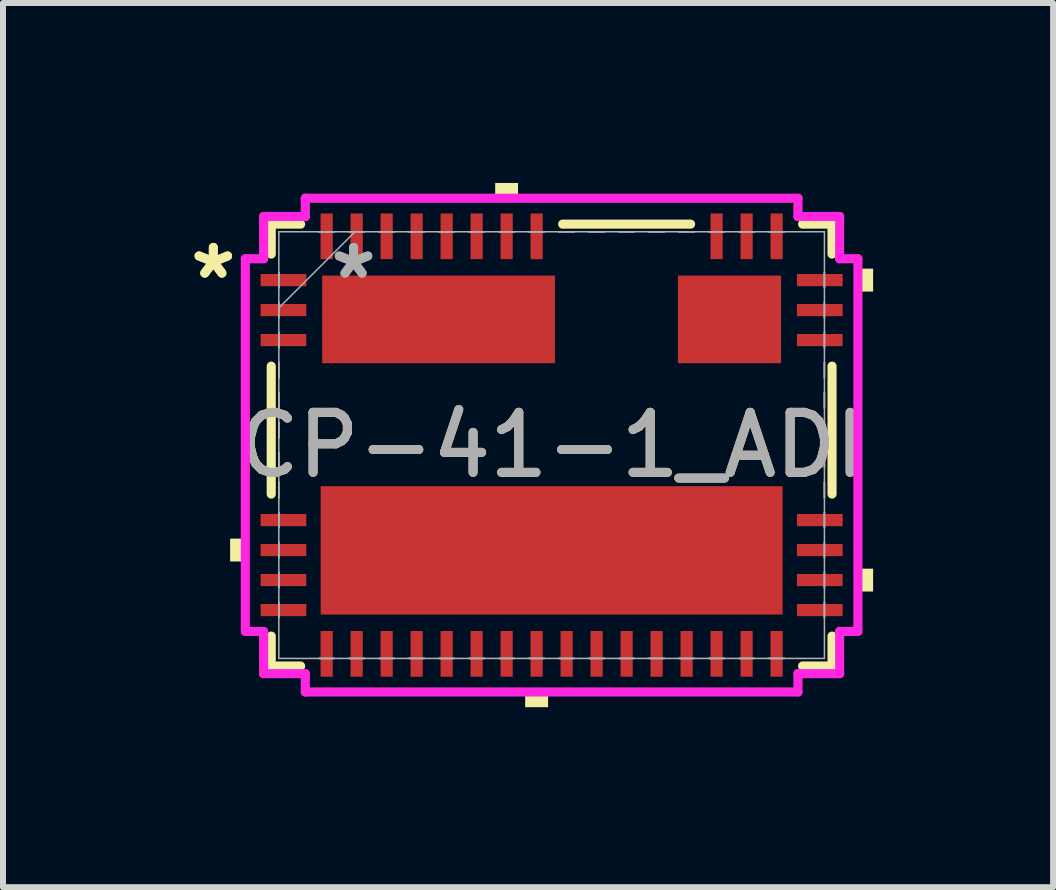
<source format=kicad_pcb>
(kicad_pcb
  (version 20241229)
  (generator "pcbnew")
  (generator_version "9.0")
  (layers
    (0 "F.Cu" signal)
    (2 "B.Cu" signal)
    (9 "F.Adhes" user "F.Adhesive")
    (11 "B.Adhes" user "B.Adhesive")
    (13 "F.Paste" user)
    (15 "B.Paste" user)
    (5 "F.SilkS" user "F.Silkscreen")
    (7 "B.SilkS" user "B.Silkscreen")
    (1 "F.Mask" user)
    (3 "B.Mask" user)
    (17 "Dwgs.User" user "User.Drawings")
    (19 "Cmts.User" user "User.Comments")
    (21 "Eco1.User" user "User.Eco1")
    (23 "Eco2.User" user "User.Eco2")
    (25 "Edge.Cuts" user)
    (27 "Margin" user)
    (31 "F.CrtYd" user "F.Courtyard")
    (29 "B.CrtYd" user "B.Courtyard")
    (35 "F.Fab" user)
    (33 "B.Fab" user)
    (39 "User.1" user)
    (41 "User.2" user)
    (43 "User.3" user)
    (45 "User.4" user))
  (footprint "CP-41-1_ADI"
    (layer "F.Cu")
    (at 6.145 4.369)
    (property "Reference" "CP-41-1_ADI" (at 0 0 0) (unlocked yes) (layer "F.SilkS") (effects (font (size 1 1) (thickness 0.15))))
    (attr smd)
    (fp_line (start -4.674 -3.683) (end -4.674 -3.184) (stroke (width 0.152) (type solid)) (layer "F.SilkS"))
    (fp_line (start -4.674 -1.316) (end -4.674 0.816) (stroke (width 0.152) (type solid)) (layer "F.SilkS"))
    (fp_line (start -4.674 3.184) (end -4.674 3.683) (stroke (width 0.152) (type solid)) (layer "F.SilkS"))
    (fp_line (start -4.674 3.683) (end -4.184 3.683) (stroke (width 0.152) (type solid)) (layer "F.SilkS"))
    (fp_line (start -4.184 -3.683) (end -4.674 -3.683) (stroke (width 0.152) (type solid)) (layer "F.SilkS"))
    (fp_line (start 2.316 -3.683) (end 0.184 -3.683) (stroke (width 0.152) (type solid)) (layer "F.SilkS"))
    (fp_line (start 4.184 3.683) (end 4.674 3.683) (stroke (width 0.152) (type solid)) (layer "F.SilkS"))
    (fp_line (start 4.674 -3.683) (end 4.184 -3.683) (stroke (width 0.152) (type solid)) (layer "F.SilkS"))
    (fp_line (start 4.674 -3.184) (end 4.674 -3.683) (stroke (width 0.152) (type solid)) (layer "F.SilkS"))
    (fp_line (start 4.674 0.816) (end 4.674 -1.316) (stroke (width 0.152) (type solid)) (layer "F.SilkS"))
    (fp_line (start 4.674 3.683) (end 4.674 3.184) (stroke (width 0.152) (type solid)) (layer "F.SilkS"))
    (fp_poly (pts (xy -5.359 1.559) (xy -5.359 1.94) (xy -5.105 1.94) (xy -5.105 1.559)) (stroke (width 0) (type solid)) (fill yes) (layer "F.SilkS"))
    (fp_poly (pts (xy -0.941 -4.115) (xy -0.941 -4.369) (xy -0.56 -4.369) (xy -0.56 -4.115)) (stroke (width 0) (type solid)) (fill yes) (layer "F.SilkS"))
    (fp_poly (pts (xy -0.441 4.115) (xy -0.441 4.369) (xy -0.059 4.369) (xy -0.059 4.115)) (stroke (width 0) (type solid)) (fill yes) (layer "F.SilkS"))
    (fp_poly (pts (xy 5.359 -2.941) (xy 5.359 -2.559) (xy 5.105 -2.559) (xy 5.105 -2.941)) (stroke (width 0) (type solid)) (fill yes) (layer "F.SilkS"))
    (fp_poly (pts (xy 5.359 2.06) (xy 5.359 2.441) (xy 5.105 2.441) (xy 5.105 2.06)) (stroke (width 0) (type solid)) (fill yes) (layer "F.SilkS"))
    (fp_line (start -5.105 -3.106) (end -4.801 -3.106) (stroke (width 0.152) (type solid)) (layer "F.CrtYd"))
    (fp_line (start -5.105 3.106) (end -5.105 -3.106) (stroke (width 0.152) (type solid)) (layer "F.CrtYd"))
    (fp_line (start -4.801 -3.81) (end -4.106 -3.81) (stroke (width 0.152) (type solid)) (layer "F.CrtYd"))
    (fp_line (start -4.801 -3.106) (end -4.801 -3.81) (stroke (width 0.152) (type solid)) (layer "F.CrtYd"))
    (fp_line (start -4.801 3.106) (end -5.105 3.106) (stroke (width 0.152) (type solid)) (layer "F.CrtYd"))
    (fp_line (start -4.801 3.81) (end -4.801 3.106) (stroke (width 0.152) (type solid)) (layer "F.CrtYd"))
    (fp_line (start -4.106 -4.115) (end 4.106 -4.115) (stroke (width 0.152) (type solid)) (layer "F.CrtYd"))
    (fp_line (start -4.106 -3.81) (end -4.106 -4.115) (stroke (width 0.152) (type solid)) (layer "F.CrtYd"))
    (fp_line (start -4.106 3.81) (end -4.801 3.81) (stroke (width 0.152) (type solid)) (layer "F.CrtYd"))
    (fp_line (start -4.106 4.115) (end -4.106 3.81) (stroke (width 0.152) (type solid)) (layer "F.CrtYd"))
    (fp_line (start 4.106 -4.115) (end 4.106 -3.81) (stroke (width 0.152) (type solid)) (layer "F.CrtYd"))
    (fp_line (start 4.106 -3.81) (end 4.801 -3.81) (stroke (width 0.152) (type solid)) (layer "F.CrtYd"))
    (fp_line (start 4.106 3.81) (end 4.106 4.115) (stroke (width 0.152) (type solid)) (layer "F.CrtYd"))
    (fp_line (start 4.106 4.115) (end -4.106 4.115) (stroke (width 0.152) (type solid)) (layer "F.CrtYd"))
    (fp_line (start 4.801 -3.81) (end 4.801 -3.106) (stroke (width 0.152) (type solid)) (layer "F.CrtYd"))
    (fp_line (start 4.801 -3.106) (end 5.105 -3.106) (stroke (width 0.152) (type solid)) (layer "F.CrtYd"))
    (fp_line (start 4.801 3.106) (end 4.801 3.81) (stroke (width 0.152) (type solid)) (layer "F.CrtYd"))
    (fp_line (start 4.801 3.81) (end 4.106 3.81) (stroke (width 0.152) (type solid)) (layer "F.CrtYd"))
    (fp_line (start 5.105 -3.106) (end 5.105 3.106) (stroke (width 0.152) (type solid)) (layer "F.CrtYd"))
    (fp_line (start 5.105 3.106) (end 4.801 3.106) (stroke (width 0.152) (type solid)) (layer "F.CrtYd"))
    (fp_line (start -4.547 -3.556) (end -4.547 3.556) (stroke (width 0.025) (type solid)) (layer "F.Fab"))
    (fp_line (start -4.547 -2.877) (end -4.547 -2.877) (stroke (width 0.025) (type solid)) (layer "F.Fab"))
    (fp_line (start -4.547 -2.877) (end -4.547 -2.623) (stroke (width 0.025) (type solid)) (layer "F.Fab"))
    (fp_line (start -4.547 -2.623) (end -4.547 -2.877) (stroke (width 0.025) (type solid)) (layer "F.Fab"))
    (fp_line (start -4.547 -2.623) (end -4.547 -2.623) (stroke (width 0.025) (type solid)) (layer "F.Fab"))
    (fp_line (start -4.547 -2.377) (end -4.547 -2.377) (stroke (width 0.025) (type solid)) (layer "F.Fab"))
    (fp_line (start -4.547 -2.377) (end -4.547 -2.123) (stroke (width 0.025) (type solid)) (layer "F.Fab"))
    (fp_line (start -4.547 -2.286) (end -3.277 -3.556) (stroke (width 0.025) (type solid)) (layer "F.Fab"))
    (fp_line (start -4.547 -2.123) (end -4.547 -2.377) (stroke (width 0.025) (type solid)) (layer "F.Fab"))
    (fp_line (start -4.547 -2.123) (end -4.547 -2.123) (stroke (width 0.025) (type solid)) (layer "F.Fab"))
    (fp_line (start -4.547 -1.877) (end -4.547 -1.877) (stroke (width 0.025) (type solid)) (layer "F.Fab"))
    (fp_line (start -4.547 -1.877) (end -4.547 -1.623) (stroke (width 0.025) (type solid)) (layer "F.Fab"))
    (fp_line (start -4.547 -1.623) (end -4.547 -1.877) (stroke (width 0.025) (type solid)) (layer "F.Fab"))
    (fp_line (start -4.547 -1.623) (end -4.547 -1.623) (stroke (width 0.025) (type solid)) (layer "F.Fab"))
    (fp_line (start -4.547 -1.377) (end -4.547 -1.377) (stroke (width 0.025) (type solid)) (layer "F.Fab"))
    (fp_line (start -4.547 -1.377) (end -4.547 -1.123) (stroke (width 0.025) (type solid)) (layer "F.Fab"))
    (fp_line (start -4.547 -1.123) (end -4.547 -1.377) (stroke (width 0.025) (type solid)) (layer "F.Fab"))
    (fp_line (start -4.547 -1.123) (end -4.547 -1.123) (stroke (width 0.025) (type solid)) (layer "F.Fab"))
    (fp_line (start -4.547 -0.877) (end -4.547 -0.877) (stroke (width 0.025) (type solid)) (layer "F.Fab"))
    (fp_line (start -4.547 -0.877) (end -4.547 -0.623) (stroke (width 0.025) (type solid)) (layer "F.Fab"))
    (fp_line (start -4.547 -0.623) (end -4.547 -0.877) (stroke (width 0.025) (type solid)) (layer "F.Fab"))
    (fp_line (start -4.547 -0.623) (end -4.547 -0.623) (stroke (width 0.025) (type solid)) (layer "F.Fab"))
    (fp_line (start -4.547 -0.377) (end -4.547 -0.377) (stroke (width 0.025) (type solid)) (layer "F.Fab"))
    (fp_line (start -4.547 -0.377) (end -4.547 -0.123) (stroke (width 0.025) (type solid)) (layer "F.Fab"))
    (fp_line (start -4.547 -0.123) (end -4.547 -0.377) (stroke (width 0.025) (type solid)) (layer "F.Fab"))
    (fp_line (start -4.547 -0.123) (end -4.547 -0.123) (stroke (width 0.025) (type solid)) (layer "F.Fab"))
    (fp_line (start -4.547 0.123) (end -4.547 0.123) (stroke (width 0.025) (type solid)) (layer "F.Fab"))
    (fp_line (start -4.547 0.123) (end -4.547 0.377) (stroke (width 0.025) (type solid)) (layer "F.Fab"))
    (fp_line (start -4.547 0.377) (end -4.547 0.123) (stroke (width 0.025) (type solid)) (layer "F.Fab"))
    (fp_line (start -4.547 0.377) (end -4.547 0.377) (stroke (width 0.025) (type solid)) (layer "F.Fab"))
    (fp_line (start -4.547 0.623) (end -4.547 0.623) (stroke (width 0.025) (type solid)) (layer "F.Fab"))
    (fp_line (start -4.547 0.623) (end -4.547 0.877) (stroke (width 0.025) (type solid)) (layer "F.Fab"))
    (fp_line (start -4.547 0.877) (end -4.547 0.623) (stroke (width 0.025) (type solid)) (layer "F.Fab"))
    (fp_line (start -4.547 0.877) (end -4.547 0.877) (stroke (width 0.025) (type solid)) (layer "F.Fab"))
    (fp_line (start -4.547 1.123) (end -4.547 1.123) (stroke (width 0.025) (type solid)) (layer "F.Fab"))
    (fp_line (start -4.547 1.123) (end -4.547 1.377) (stroke (width 0.025) (type solid)) (layer "F.Fab"))
    (fp_line (start -4.547 1.377) (end -4.547 1.123) (stroke (width 0.025) (type solid)) (layer "F.Fab"))
    (fp_line (start -4.547 1.377) (end -4.547 1.377) (stroke (width 0.025) (type solid)) (layer "F.Fab"))
    (fp_line (start -4.547 1.623) (end -4.547 1.623) (stroke (width 0.025) (type solid)) (layer "F.Fab"))
    (fp_line (start -4.547 1.623) (end -4.547 1.877) (stroke (width 0.025) (type solid)) (layer "F.Fab"))
    (fp_line (start -4.547 1.877) (end -4.547 1.623) (stroke (width 0.025) (type solid)) (layer "F.Fab"))
    (fp_line (start -4.547 1.877) (end -4.547 1.877) (stroke (width 0.025) (type solid)) (layer "F.Fab"))
    (fp_line (start -4.547 2.123) (end -4.547 2.123) (stroke (width 0.025) (type solid)) (layer "F.Fab"))
    (fp_line (start -4.547 2.123) (end -4.547 2.377) (stroke (width 0.025) (type solid)) (layer "F.Fab"))
    (fp_line (start -4.547 2.377) (end -4.547 2.123) (stroke (width 0.025) (type solid)) (layer "F.Fab"))
    (fp_line (start -4.547 2.377) (end -4.547 2.377) (stroke (width 0.025) (type solid)) (layer "F.Fab"))
    (fp_line (start -4.547 2.623) (end -4.547 2.623) (stroke (width 0.025) (type solid)) (layer "F.Fab"))
    (fp_line (start -4.547 2.623) (end -4.547 2.877) (stroke (width 0.025) (type solid)) (layer "F.Fab"))
    (fp_line (start -4.547 2.877) (end -4.547 2.623) (stroke (width 0.025) (type solid)) (layer "F.Fab"))
    (fp_line (start -4.547 2.877) (end -4.547 2.877) (stroke (width 0.025) (type solid)) (layer "F.Fab"))
    (fp_line (start -4.547 3.556) (end 4.547 3.556) (stroke (width 0.025) (type solid)) (layer "F.Fab"))
    (fp_line (start -3.877 -3.556) (end -3.877 -3.556) (stroke (width 0.025) (type solid)) (layer "F.Fab"))
    (fp_line (start -3.877 -3.556) (end -3.623 -3.556) (stroke (width 0.025) (type solid)) (layer "F.Fab"))
    (fp_line (start -3.877 3.556) (end -3.877 3.556) (stroke (width 0.025) (type solid)) (layer "F.Fab"))
    (fp_line (start -3.877 3.556) (end -3.623 3.556) (stroke (width 0.025) (type solid)) (layer "F.Fab"))
    (fp_line (start -3.623 -3.556) (end -3.877 -3.556) (stroke (width 0.025) (type solid)) (layer "F.Fab"))
    (fp_line (start -3.623 -3.556) (end -3.623 -3.556) (stroke (width 0.025) (type solid)) (layer "F.Fab"))
    (fp_line (start -3.623 3.556) (end -3.877 3.556) (stroke (width 0.025) (type solid)) (layer "F.Fab"))
    (fp_line (start -3.623 3.556) (end -3.623 3.556) (stroke (width 0.025) (type solid)) (layer "F.Fab"))
    (fp_line (start -3.377 -3.556) (end -3.377 -3.556) (stroke (width 0.025) (type solid)) (layer "F.Fab"))
    (fp_line (start -3.377 -3.556) (end -3.123 -3.556) (stroke (width 0.025) (type solid)) (layer "F.Fab"))
    (fp_line (start -3.377 3.556) (end -3.377 3.556) (stroke (width 0.025) (type solid)) (layer "F.Fab"))
    (fp_line (start -3.377 3.556) (end -3.123 3.556) (stroke (width 0.025) (type solid)) (layer "F.Fab"))
    (fp_line (start -3.123 -3.556) (end -3.377 -3.556) (stroke (width 0.025) (type solid)) (layer "F.Fab"))
    (fp_line (start -3.123 -3.556) (end -3.123 -3.556) (stroke (width 0.025) (type solid)) (layer "F.Fab"))
    (fp_line (start -3.123 3.556) (end -3.377 3.556) (stroke (width 0.025) (type solid)) (layer "F.Fab"))
    (fp_line (start -3.123 3.556) (end -3.123 3.556) (stroke (width 0.025) (type solid)) (layer "F.Fab"))
    (fp_line (start -2.877 -3.556) (end -2.877 -3.556) (stroke (width 0.025) (type solid)) (layer "F.Fab"))
    (fp_line (start -2.877 -3.556) (end -2.623 -3.556) (stroke (width 0.025) (type solid)) (layer "F.Fab"))
    (fp_line (start -2.877 3.556) (end -2.877 3.556) (stroke (width 0.025) (type solid)) (layer "F.Fab"))
    (fp_line (start -2.877 3.556) (end -2.623 3.556) (stroke (width 0.025) (type solid)) (layer "F.Fab"))
    (fp_line (start -2.623 -3.556) (end -2.877 -3.556) (stroke (width 0.025) (type solid)) (layer "F.Fab"))
    (fp_line (start -2.623 -3.556) (end -2.623 -3.556) (stroke (width 0.025) (type solid)) (layer "F.Fab"))
    (fp_line (start -2.623 3.556) (end -2.877 3.556) (stroke (width 0.025) (type solid)) (layer "F.Fab"))
    (fp_line (start -2.623 3.556) (end -2.623 3.556) (stroke (width 0.025) (type solid)) (layer "F.Fab"))
    (fp_line (start -2.377 -3.556) (end -2.377 -3.556) (stroke (width 0.025) (type solid)) (layer "F.Fab"))
    (fp_line (start -2.377 -3.556) (end -2.123 -3.556) (stroke (width 0.025) (type solid)) (layer "F.Fab"))
    (fp_line (start -2.377 3.556) (end -2.377 3.556) (stroke (width 0.025) (type solid)) (layer "F.Fab"))
    (fp_line (start -2.377 3.556) (end -2.123 3.556) (stroke (width 0.025) (type solid)) (layer "F.Fab"))
    (fp_line (start -2.123 -3.556) (end -2.377 -3.556) (stroke (width 0.025) (type solid)) (layer "F.Fab"))
    (fp_line (start -2.123 -3.556) (end -2.123 -3.556) (stroke (width 0.025) (type solid)) (layer "F.Fab"))
    (fp_line (start -2.123 3.556) (end -2.377 3.556) (stroke (width 0.025) (type solid)) (layer "F.Fab"))
    (fp_line (start -2.123 3.556) (end -2.123 3.556) (stroke (width 0.025) (type solid)) (layer "F.Fab"))
    (fp_line (start -1.877 -3.556) (end -1.877 -3.556) (stroke (width 0.025) (type solid)) (layer "F.Fab"))
    (fp_line (start -1.877 -3.556) (end -1.623 -3.556) (stroke (width 0.025) (type solid)) (layer "F.Fab"))
    (fp_line (start -1.877 3.556) (end -1.877 3.556) (stroke (width 0.025) (type solid)) (layer "F.Fab"))
    (fp_line (start -1.877 3.556) (end -1.623 3.556) (stroke (width 0.025) (type solid)) (layer "F.Fab"))
    (fp_line (start -1.623 -3.556) (end -1.877 -3.556) (stroke (width 0.025) (type solid)) (layer "F.Fab"))
    (fp_line (start -1.623 -3.556) (end -1.623 -3.556) (stroke (width 0.025) (type solid)) (layer "F.Fab"))
    (fp_line (start -1.623 3.556) (end -1.877 3.556) (stroke (width 0.025) (type solid)) (layer "F.Fab"))
    (fp_line (start -1.623 3.556) (end -1.623 3.556) (stroke (width 0.025) (type solid)) (layer "F.Fab"))
    (fp_line (start -1.377 -3.556) (end -1.377 -3.556) (stroke (width 0.025) (type solid)) (layer "F.Fab"))
    (fp_line (start -1.377 -3.556) (end -1.123 -3.556) (stroke (width 0.025) (type solid)) (layer "F.Fab"))
    (fp_line (start -1.377 3.556) (end -1.377 3.556) (stroke (width 0.025) (type solid)) (layer "F.Fab"))
    (fp_line (start -1.377 3.556) (end -1.123 3.556) (stroke (width 0.025) (type solid)) (layer "F.Fab"))
    (fp_line (start -1.123 -3.556) (end -1.377 -3.556) (stroke (width 0.025) (type solid)) (layer "F.Fab"))
    (fp_line (start -1.123 -3.556) (end -1.123 -3.556) (stroke (width 0.025) (type solid)) (layer "F.Fab"))
    (fp_line (start -1.123 3.556) (end -1.377 3.556) (stroke (width 0.025) (type solid)) (layer "F.Fab"))
    (fp_line (start -1.123 3.556) (end -1.123 3.556) (stroke (width 0.025) (type solid)) (layer "F.Fab"))
    (fp_line (start -0.877 -3.556) (end -0.877 -3.556) (stroke (width 0.025) (type solid)) (layer "F.Fab"))
    (fp_line (start -0.877 -3.556) (end -0.623 -3.556) (stroke (width 0.025) (type solid)) (layer "F.Fab"))
    (fp_line (start -0.877 3.556) (end -0.877 3.556) (stroke (width 0.025) (type solid)) (layer "F.Fab"))
    (fp_line (start -0.877 3.556) (end -0.623 3.556) (stroke (width 0.025) (type solid)) (layer "F.Fab"))
    (fp_line (start -0.623 -3.556) (end -0.877 -3.556) (stroke (width 0.025) (type solid)) (layer "F.Fab"))
    (fp_line (start -0.623 -3.556) (end -0.623 -3.556) (stroke (width 0.025) (type solid)) (layer "F.Fab"))
    (fp_line (start -0.623 3.556) (end -0.877 3.556) (stroke (width 0.025) (type solid)) (layer "F.Fab"))
    (fp_line (start -0.623 3.556) (end -0.623 3.556) (stroke (width 0.025) (type solid)) (layer "F.Fab"))
    (fp_line (start -0.377 -3.556) (end -0.377 -3.556) (stroke (width 0.025) (type solid)) (layer "F.Fab"))
    (fp_line (start -0.377 -3.556) (end -0.123 -3.556) (stroke (width 0.025) (type solid)) (layer "F.Fab"))
    (fp_line (start -0.377 3.556) (end -0.377 3.556) (stroke (width 0.025) (type solid)) (layer "F.Fab"))
    (fp_line (start -0.377 3.556) (end -0.123 3.556) (stroke (width 0.025) (type solid)) (layer "F.Fab"))
    (fp_line (start -0.123 -3.556) (end -0.377 -3.556) (stroke (width 0.025) (type solid)) (layer "F.Fab"))
    (fp_line (start -0.123 -3.556) (end -0.123 -3.556) (stroke (width 0.025) (type solid)) (layer "F.Fab"))
    (fp_line (start -0.123 3.556) (end -0.377 3.556) (stroke (width 0.025) (type solid)) (layer "F.Fab"))
    (fp_line (start -0.123 3.556) (end -0.123 3.556) (stroke (width 0.025) (type solid)) (layer "F.Fab"))
    (fp_line (start 0.123 -3.556) (end 0.123 -3.556) (stroke (width 0.025) (type solid)) (layer "F.Fab"))
    (fp_line (start 0.123 -3.556) (end 0.377 -3.556) (stroke (width 0.025) (type solid)) (layer "F.Fab"))
    (fp_line (start 0.123 3.556) (end 0.123 3.556) (stroke (width 0.025) (type solid)) (layer "F.Fab"))
    (fp_line (start 0.123 3.556) (end 0.377 3.556) (stroke (width 0.025) (type solid)) (layer "F.Fab"))
    (fp_line (start 0.377 -3.556) (end 0.123 -3.556) (stroke (width 0.025) (type solid)) (layer "F.Fab"))
    (fp_line (start 0.377 -3.556) (end 0.377 -3.556) (stroke (width 0.025) (type solid)) (layer "F.Fab"))
    (fp_line (start 0.377 3.556) (end 0.123 3.556) (stroke (width 0.025) (type solid)) (layer "F.Fab"))
    (fp_line (start 0.377 3.556) (end 0.377 3.556) (stroke (width 0.025) (type solid)) (layer "F.Fab"))
    (fp_line (start 0.623 -3.556) (end 0.623 -3.556) (stroke (width 0.025) (type solid)) (layer "F.Fab"))
    (fp_line (start 0.623 -3.556) (end 0.877 -3.556) (stroke (width 0.025) (type solid)) (layer "F.Fab"))
    (fp_line (start 0.623 3.556) (end 0.623 3.556) (stroke (width 0.025) (type solid)) (layer "F.Fab"))
    (fp_line (start 0.623 3.556) (end 0.877 3.556) (stroke (width 0.025) (type solid)) (layer "F.Fab"))
    (fp_line (start 0.877 -3.556) (end 0.623 -3.556) (stroke (width 0.025) (type solid)) (layer "F.Fab"))
    (fp_line (start 0.877 -3.556) (end 0.877 -3.556) (stroke (width 0.025) (type solid)) (layer "F.Fab"))
    (fp_line (start 0.877 3.556) (end 0.623 3.556) (stroke (width 0.025) (type solid)) (layer "F.Fab"))
    (fp_line (start 0.877 3.556) (end 0.877 3.556) (stroke (width 0.025) (type solid)) (layer "F.Fab"))
    (fp_line (start 1.123 -3.556) (end 1.123 -3.556) (stroke (width 0.025) (type solid)) (layer "F.Fab"))
    (fp_line (start 1.123 -3.556) (end 1.377 -3.556) (stroke (width 0.025) (type solid)) (layer "F.Fab"))
    (fp_line (start 1.123 3.556) (end 1.123 3.556) (stroke (width 0.025) (type solid)) (layer "F.Fab"))
    (fp_line (start 1.123 3.556) (end 1.377 3.556) (stroke (width 0.025) (type solid)) (layer "F.Fab"))
    (fp_line (start 1.377 -3.556) (end 1.123 -3.556) (stroke (width 0.025) (type solid)) (layer "F.Fab"))
    (fp_line (start 1.377 -3.556) (end 1.377 -3.556) (stroke (width 0.025) (type solid)) (layer "F.Fab"))
    (fp_line (start 1.377 3.556) (end 1.123 3.556) (stroke (width 0.025) (type solid)) (layer "F.Fab"))
    (fp_line (start 1.377 3.556) (end 1.377 3.556) (stroke (width 0.025) (type solid)) (layer "F.Fab"))
    (fp_line (start 1.623 -3.556) (end 1.623 -3.556) (stroke (width 0.025) (type solid)) (layer "F.Fab"))
    (fp_line (start 1.623 -3.556) (end 1.877 -3.556) (stroke (width 0.025) (type solid)) (layer "F.Fab"))
    (fp_line (start 1.623 3.556) (end 1.623 3.556) (stroke (width 0.025) (type solid)) (layer "F.Fab"))
    (fp_line (start 1.623 3.556) (end 1.877 3.556) (stroke (width 0.025) (type solid)) (layer "F.Fab"))
    (fp_line (start 1.877 -3.556) (end 1.623 -3.556) (stroke (width 0.025) (type solid)) (layer "F.Fab"))
    (fp_line (start 1.877 -3.556) (end 1.877 -3.556) (stroke (width 0.025) (type solid)) (layer "F.Fab"))
    (fp_line (start 1.877 3.556) (end 1.623 3.556) (stroke (width 0.025) (type solid)) (layer "F.Fab"))
    (fp_line (start 1.877 3.556) (end 1.877 3.556) (stroke (width 0.025) (type solid)) (layer "F.Fab"))
    (fp_line (start 2.123 -3.556) (end 2.123 -3.556) (stroke (width 0.025) (type solid)) (layer "F.Fab"))
    (fp_line (start 2.123 -3.556) (end 2.377 -3.556) (stroke (width 0.025) (type solid)) (layer "F.Fab"))
    (fp_line (start 2.123 3.556) (end 2.123 3.556) (stroke (width 0.025) (type solid)) (layer "F.Fab"))
    (fp_line (start 2.123 3.556) (end 2.377 3.556) (stroke (width 0.025) (type solid)) (layer "F.Fab"))
    (fp_line (start 2.377 -3.556) (end 2.123 -3.556) (stroke (width 0.025) (type solid)) (layer "F.Fab"))
    (fp_line (start 2.377 -3.556) (end 2.377 -3.556) (stroke (width 0.025) (type solid)) (layer "F.Fab"))
    (fp_line (start 2.377 3.556) (end 2.123 3.556) (stroke (width 0.025) (type solid)) (layer "F.Fab"))
    (fp_line (start 2.377 3.556) (end 2.377 3.556) (stroke (width 0.025) (type solid)) (layer "F.Fab"))
    (fp_line (start 2.623 -3.556) (end 2.623 -3.556) (stroke (width 0.025) (type solid)) (layer "F.Fab"))
    (fp_line (start 2.623 -3.556) (end 2.877 -3.556) (stroke (width 0.025) (type solid)) (layer "F.Fab"))
    (fp_line (start 2.623 3.556) (end 2.623 3.556) (stroke (width 0.025) (type solid)) (layer "F.Fab"))
    (fp_line (start 2.623 3.556) (end 2.877 3.556) (stroke (width 0.025) (type solid)) (layer "F.Fab"))
    (fp_line (start 2.877 -3.556) (end 2.623 -3.556) (stroke (width 0.025) (type solid)) (layer "F.Fab"))
    (fp_line (start 2.877 -3.556) (end 2.877 -3.556) (stroke (width 0.025) (type solid)) (layer "F.Fab"))
    (fp_line (start 2.877 3.556) (end 2.623 3.556) (stroke (width 0.025) (type solid)) (layer "F.Fab"))
    (fp_line (start 2.877 3.556) (end 2.877 3.556) (stroke (width 0.025) (type solid)) (layer "F.Fab"))
    (fp_line (start 3.123 -3.556) (end 3.123 -3.556) (stroke (width 0.025) (type solid)) (layer "F.Fab"))
    (fp_line (start 3.123 -3.556) (end 3.377 -3.556) (stroke (width 0.025) (type solid)) (layer "F.Fab"))
    (fp_line (start 3.123 3.556) (end 3.123 3.556) (stroke (width 0.025) (type solid)) (layer "F.Fab"))
    (fp_line (start 3.123 3.556) (end 3.377 3.556) (stroke (width 0.025) (type solid)) (layer "F.Fab"))
    (fp_line (start 3.377 -3.556) (end 3.123 -3.556) (stroke (width 0.025) (type solid)) (layer "F.Fab"))
    (fp_line (start 3.377 -3.556) (end 3.377 -3.556) (stroke (width 0.025) (type solid)) (layer "F.Fab"))
    (fp_line (start 3.377 3.556) (end 3.123 3.556) (stroke (width 0.025) (type solid)) (layer "F.Fab"))
    (fp_line (start 3.377 3.556) (end 3.377 3.556) (stroke (width 0.025) (type solid)) (layer "F.Fab"))
    (fp_line (start 3.623 -3.556) (end 3.623 -3.556) (stroke (width 0.025) (type solid)) (layer "F.Fab"))
    (fp_line (start 3.623 -3.556) (end 3.877 -3.556) (stroke (width 0.025) (type solid)) (layer "F.Fab"))
    (fp_line (start 3.623 3.556) (end 3.623 3.556) (stroke (width 0.025) (type solid)) (layer "F.Fab"))
    (fp_line (start 3.623 3.556) (end 3.877 3.556) (stroke (width 0.025) (type solid)) (layer "F.Fab"))
    (fp_line (start 3.877 -3.556) (end 3.623 -3.556) (stroke (width 0.025) (type solid)) (layer "F.Fab"))
    (fp_line (start 3.877 -3.556) (end 3.877 -3.556) (stroke (width 0.025) (type solid)) (layer "F.Fab"))
    (fp_line (start 3.877 3.556) (end 3.623 3.556) (stroke (width 0.025) (type solid)) (layer "F.Fab"))
    (fp_line (start 3.877 3.556) (end 3.877 3.556) (stroke (width 0.025) (type solid)) (layer "F.Fab"))
    (fp_line (start 4.547 -3.556) (end -4.547 -3.556) (stroke (width 0.025) (type solid)) (layer "F.Fab"))
    (fp_line (start 4.547 -2.877) (end 4.547 -2.877) (stroke (width 0.025) (type solid)) (layer "F.Fab"))
    (fp_line (start 4.547 -2.877) (end 4.547 -2.623) (stroke (width 0.025) (type solid)) (layer "F.Fab"))
    (fp_line (start 4.547 -2.623) (end 4.547 -2.877) (stroke (width 0.025) (type solid)) (layer "F.Fab"))
    (fp_line (start 4.547 -2.623) (end 4.547 -2.623) (stroke (width 0.025) (type solid)) (layer "F.Fab"))
    (fp_line (start 4.547 -2.377) (end 4.547 -2.377) (stroke (width 0.025) (type solid)) (layer "F.Fab"))
    (fp_line (start 4.547 -2.377) (end 4.547 -2.123) (stroke (width 0.025) (type solid)) (layer "F.Fab"))
    (fp_line (start 4.547 -2.123) (end 4.547 -2.377) (stroke (width 0.025) (type solid)) (layer "F.Fab"))
    (fp_line (start 4.547 -2.123) (end 4.547 -2.123) (stroke (width 0.025) (type solid)) (layer "F.Fab"))
    (fp_line (start 4.547 -1.877) (end 4.547 -1.877) (stroke (width 0.025) (type solid)) (layer "F.Fab"))
    (fp_line (start 4.547 -1.877) (end 4.547 -1.623) (stroke (width 0.025) (type solid)) (layer "F.Fab"))
    (fp_line (start 4.547 -1.623) (end 4.547 -1.877) (stroke (width 0.025) (type solid)) (layer "F.Fab"))
    (fp_line (start 4.547 -1.623) (end 4.547 -1.623) (stroke (width 0.025) (type solid)) (layer "F.Fab"))
    (fp_line (start 4.547 -1.377) (end 4.547 -1.377) (stroke (width 0.025) (type solid)) (layer "F.Fab"))
    (fp_line (start 4.547 -1.377) (end 4.547 -1.123) (stroke (width 0.025) (type solid)) (layer "F.Fab"))
    (fp_line (start 4.547 -1.123) (end 4.547 -1.377) (stroke (width 0.025) (type solid)) (layer "F.Fab"))
    (fp_line (start 4.547 -1.123) (end 4.547 -1.123) (stroke (width 0.025) (type solid)) (layer "F.Fab"))
    (fp_line (start 4.547 -0.877) (end 4.547 -0.877) (stroke (width 0.025) (type solid)) (layer "F.Fab"))
    (fp_line (start 4.547 -0.877) (end 4.547 -0.623) (stroke (width 0.025) (type solid)) (layer "F.Fab"))
    (fp_line (start 4.547 -0.623) (end 4.547 -0.877) (stroke (width 0.025) (type solid)) (layer "F.Fab"))
    (fp_line (start 4.547 -0.623) (end 4.547 -0.623) (stroke (width 0.025) (type solid)) (layer "F.Fab"))
    (fp_line (start 4.547 -0.377) (end 4.547 -0.377) (stroke (width 0.025) (type solid)) (layer "F.Fab"))
    (fp_line (start 4.547 -0.377) (end 4.547 -0.123) (stroke (width 0.025) (type solid)) (layer "F.Fab"))
    (fp_line (start 4.547 -0.123) (end 4.547 -0.377) (stroke (width 0.025) (type solid)) (layer "F.Fab"))
    (fp_line (start 4.547 -0.123) (end 4.547 -0.123) (stroke (width 0.025) (type solid)) (layer "F.Fab"))
    (fp_line (start 4.547 0.123) (end 4.547 0.123) (stroke (width 0.025) (type solid)) (layer "F.Fab"))
    (fp_line (start 4.547 0.123) (end 4.547 0.377) (stroke (width 0.025) (type solid)) (layer "F.Fab"))
    (fp_line (start 4.547 0.377) (end 4.547 0.123) (stroke (width 0.025) (type solid)) (layer "F.Fab"))
    (fp_line (start 4.547 0.377) (end 4.547 0.377) (stroke (width 0.025) (type solid)) (layer "F.Fab"))
    (fp_line (start 4.547 0.623) (end 4.547 0.623) (stroke (width 0.025) (type solid)) (layer "F.Fab"))
    (fp_line (start 4.547 0.623) (end 4.547 0.877) (stroke (width 0.025) (type solid)) (layer "F.Fab"))
    (fp_line (start 4.547 0.877) (end 4.547 0.623) (stroke (width 0.025) (type solid)) (layer "F.Fab"))
    (fp_line (start 4.547 0.877) (end 4.547 0.877) (stroke (width 0.025) (type solid)) (layer "F.Fab"))
    (fp_line (start 4.547 1.123) (end 4.547 1.123) (stroke (width 0.025) (type solid)) (layer "F.Fab"))
    (fp_line (start 4.547 1.123) (end 4.547 1.377) (stroke (width 0.025) (type solid)) (layer "F.Fab"))
    (fp_line (start 4.547 1.377) (end 4.547 1.123) (stroke (width 0.025) (type solid)) (layer "F.Fab"))
    (fp_line (start 4.547 1.377) (end 4.547 1.377) (stroke (width 0.025) (type solid)) (layer "F.Fab"))
    (fp_line (start 4.547 1.623) (end 4.547 1.623) (stroke (width 0.025) (type solid)) (layer "F.Fab"))
    (fp_line (start 4.547 1.623) (end 4.547 1.877) (stroke (width 0.025) (type solid)) (layer "F.Fab"))
    (fp_line (start 4.547 1.877) (end 4.547 1.623) (stroke (width 0.025) (type solid)) (layer "F.Fab"))
    (fp_line (start 4.547 1.877) (end 4.547 1.877) (stroke (width 0.025) (type solid)) (layer "F.Fab"))
    (fp_line (start 4.547 2.123) (end 4.547 2.123) (stroke (width 0.025) (type solid)) (layer "F.Fab"))
    (fp_line (start 4.547 2.123) (end 4.547 2.377) (stroke (width 0.025) (type solid)) (layer "F.Fab"))
    (fp_line (start 4.547 2.377) (end 4.547 2.123) (stroke (width 0.025) (type solid)) (layer "F.Fab"))
    (fp_line (start 4.547 2.377) (end 4.547 2.377) (stroke (width 0.025) (type solid)) (layer "F.Fab"))
    (fp_line (start 4.547 2.623) (end 4.547 2.623) (stroke (width 0.025) (type solid)) (layer "F.Fab"))
    (fp_line (start 4.547 2.623) (end 4.547 2.877) (stroke (width 0.025) (type solid)) (layer "F.Fab"))
    (fp_line (start 4.547 2.877) (end 4.547 2.623) (stroke (width 0.025) (type solid)) (layer "F.Fab"))
    (fp_line (start 4.547 2.877) (end 4.547 2.877) (stroke (width 0.025) (type solid)) (layer "F.Fab"))
    (fp_line (start 4.547 3.556) (end 4.547 -3.556) (stroke (width 0.025) (type solid)) (layer "F.Fab"))
    (fp_text user "*" (at -5.639 -2.75 0) (layer "F.SilkS") (effects (font (size 1 1) (thickness 0.15))))
    (fp_text user "*" (at -5.639 -2.75 0) (unlocked yes) (layer "F.SilkS") (effects (font (size 1 1) (thickness 0.15))))
    (fp_text user "*" (at -3.302 -2.75 0) (layer "F.Fab") (effects (font (size 1 1) (thickness 0.15))))
    (fp_text user "*" (at -3.302 -2.75 0) (unlocked yes) (layer "F.Fab") (effects (font (size 1 1) (thickness 0.15))))
    (fp_text user "${REFERENCE}" (at 0 0 0) (unlocked yes) (layer "F.Fab") (effects (font (size 1 1) (thickness 0.15))))
    (pad "1" smd rect (at -4.47 -2.75 90) (size 0.203 0.762) (layers "F.Cu" "F.Mask" "F.Paste"))
    (pad "2" smd rect (at -4.47 -2.25 90) (size 0.203 0.762) (layers "F.Cu" "F.Mask" "F.Paste"))
    (pad "3" smd rect (at -4.47 -1.75 90) (size 0.203 0.762) (layers "F.Cu" "F.Mask" "F.Paste"))
    (pad "4" smd rect (at -4.47 1.25 90) (size 0.203 0.762) (layers "F.Cu" "F.Mask" "F.Paste"))
    (pad "5" smd rect (at -4.47 1.75 90) (size 0.203 0.762) (layers "F.Cu" "F.Mask" "F.Paste"))
    (pad "6" smd rect (at -4.47 2.25 90) (size 0.203 0.762) (layers "F.Cu" "F.Mask" "F.Paste"))
    (pad "7" smd rect (at -4.47 2.75 90) (size 0.203 0.762) (layers "F.Cu" "F.Mask" "F.Paste"))
    (pad "8" smd rect (at -3.75 3.48) (size 0.203 0.762) (layers "F.Cu" "F.Mask" "F.Paste"))
    (pad "9" smd rect (at -3.25 3.48) (size 0.203 0.762) (layers "F.Cu" "F.Mask" "F.Paste"))
    (pad "10" smd rect (at -2.75 3.48) (size 0.203 0.762) (layers "F.Cu" "F.Mask" "F.Paste"))
    (pad "11" smd rect (at -2.25 3.48) (size 0.203 0.762) (layers "F.Cu" "F.Mask" "F.Paste"))
    (pad "12" smd rect (at -1.75 3.48) (size 0.203 0.762) (layers "F.Cu" "F.Mask" "F.Paste"))
    (pad "13" smd rect (at -1.25 3.48) (size 0.203 0.762) (layers "F.Cu" "F.Mask" "F.Paste"))
    (pad "14" smd rect (at -0.75 3.48) (size 0.203 0.762) (layers "F.Cu" "F.Mask" "F.Paste"))
    (pad "15" smd rect (at -0.25 3.48) (size 0.203 0.762) (layers "F.Cu" "F.Mask" "F.Paste"))
    (pad "16" smd rect (at 0.25 3.48) (size 0.203 0.762) (layers "F.Cu" "F.Mask" "F.Paste"))
    (pad "17" smd rect (at 0.75 3.48) (size 0.203 0.762) (layers "F.Cu" "F.Mask" "F.Paste"))
    (pad "18" smd rect (at 1.25 3.48) (size 0.203 0.762) (layers "F.Cu" "F.Mask" "F.Paste"))
    (pad "19" smd rect (at 1.75 3.48) (size 0.203 0.762) (layers "F.Cu" "F.Mask" "F.Paste"))
    (pad "20" smd rect (at 2.25 3.48) (size 0.203 0.762) (layers "F.Cu" "F.Mask" "F.Paste"))
    (pad "21" smd rect (at 2.75 3.48) (size 0.203 0.762) (layers "F.Cu" "F.Mask" "F.Paste"))
    (pad "22" smd rect (at 3.25 3.48) (size 0.203 0.762) (layers "F.Cu" "F.Mask" "F.Paste"))
    (pad "23" smd rect (at 3.75 3.48) (size 0.203 0.762) (layers "F.Cu" "F.Mask" "F.Paste"))
    (pad "24" smd rect (at 4.47 2.75 90) (size 0.203 0.762) (layers "F.Cu" "F.Mask" "F.Paste"))
    (pad "25" smd rect (at 4.47 2.25 90) (size 0.203 0.762) (layers "F.Cu" "F.Mask" "F.Paste"))
    (pad "26" smd rect (at 4.47 1.75 90) (size 0.203 0.762) (layers "F.Cu" "F.Mask" "F.Paste"))
    (pad "27" smd rect (at 4.47 1.25 90) (size 0.203 0.762) (layers "F.Cu" "F.Mask" "F.Paste"))
    (pad "28" smd rect (at 4.47 -1.75 90) (size 0.203 0.762) (layers "F.Cu" "F.Mask" "F.Paste"))
    (pad "29" smd rect (at 4.47 -2.25 90) (size 0.203 0.762) (layers "F.Cu" "F.Mask" "F.Paste"))
    (pad "30" smd rect (at 4.47 -2.75 90) (size 0.203 0.762) (layers "F.Cu" "F.Mask" "F.Paste"))
    (pad "31" smd rect (at 3.75 -3.48) (size 0.203 0.762) (layers "F.Cu" "F.Mask" "F.Paste"))
    (pad "32" smd rect (at 3.25 -3.48) (size 0.203 0.762) (layers "F.Cu" "F.Mask" "F.Paste"))
    (pad "33" smd rect (at 2.75 -3.48) (size 0.203 0.762) (layers "F.Cu" "F.Mask" "F.Paste"))
    (pad "34" smd rect (at -0.25 -3.48) (size 0.203 0.762) (layers "F.Cu" "F.Mask" "F.Paste"))
    (pad "35" smd rect (at -0.75 -3.48) (size 0.203 0.762) (layers "F.Cu" "F.Mask" "F.Paste"))
    (pad "36" smd rect (at -1.25 -3.48) (size 0.203 0.762) (layers "F.Cu" "F.Mask" "F.Paste"))
    (pad "37" smd rect (at -1.75 -3.48) (size 0.203 0.762) (layers "F.Cu" "F.Mask" "F.Paste"))
    (pad "38" smd rect (at -2.25 -3.48) (size 0.203 0.762) (layers "F.Cu" "F.Mask" "F.Paste"))
    (pad "39" smd rect (at -2.75 -3.48) (size 0.203 0.762) (layers "F.Cu" "F.Mask" "F.Paste"))
    (pad "40" smd rect (at -3.25 -3.48) (size 0.203 0.762) (layers "F.Cu" "F.Mask" "F.Paste"))
    (pad "41" smd rect (at -3.75 -3.48) (size 0.203 0.762) (layers "F.Cu" "F.Mask" "F.Paste"))
    (pad "42" smd rect (at -1.885 -2.095) (size 3.88 1.46) (layers "F.Cu" "F.Mask" "F.Paste"))
    (pad "43" smd rect (at 2.965 -2.095) (size 1.72 1.46) (layers "F.Cu" "F.Mask" "F.Paste"))
    (pad "44" smd rect (at 0 1.755) (size 7.7 2.14) (layers "F.Cu" "F.Mask" "F.Paste")))
  (gr_rect
    (start -3 -3)
    (end 14.504 11.738)
    (stroke (width 0.1) (type default))
    (fill no)
    (layer "Edge.Cuts")))
</source>
